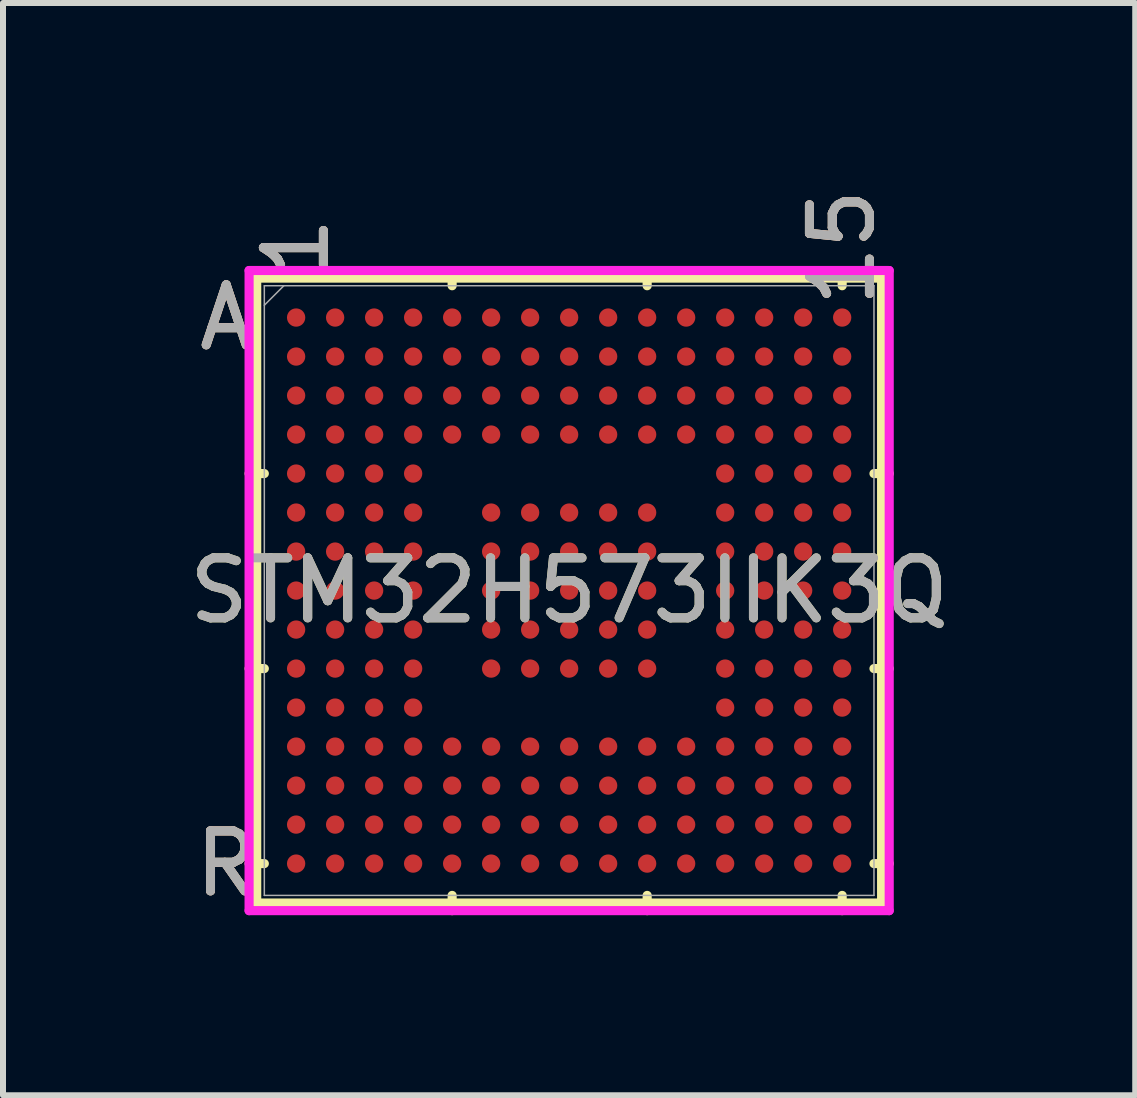
<source format=kicad_pcb>
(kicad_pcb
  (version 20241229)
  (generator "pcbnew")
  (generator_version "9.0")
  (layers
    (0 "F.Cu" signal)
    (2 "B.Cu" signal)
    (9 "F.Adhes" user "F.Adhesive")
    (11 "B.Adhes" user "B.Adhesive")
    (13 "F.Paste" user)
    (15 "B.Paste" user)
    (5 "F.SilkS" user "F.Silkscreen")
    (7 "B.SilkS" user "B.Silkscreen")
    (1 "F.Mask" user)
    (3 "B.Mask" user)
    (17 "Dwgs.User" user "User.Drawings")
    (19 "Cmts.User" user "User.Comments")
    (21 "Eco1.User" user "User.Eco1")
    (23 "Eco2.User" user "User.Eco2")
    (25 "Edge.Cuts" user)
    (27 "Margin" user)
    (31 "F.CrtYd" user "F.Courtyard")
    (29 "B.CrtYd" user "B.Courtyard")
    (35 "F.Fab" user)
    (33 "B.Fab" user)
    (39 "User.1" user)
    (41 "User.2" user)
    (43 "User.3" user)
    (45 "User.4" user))
  (footprint "STM32H573IIK3Q"
    (layer "F.Cu")
    (at 6.435 6.792)
    (property "Reference" "STM32H573IIK3Q" (at 0 0 0) (unlocked yes) (layer "F.SilkS") (effects (font (size 1 1) (thickness 0.15))))
    (attr smd)
    (fp_line (start -5.207 -5.207) (end -5.207 5.207) (stroke (width 0.152) (type solid)) (layer "F.SilkS"))
    (fp_line (start -5.207 5.207) (end 5.207 5.207) (stroke (width 0.152) (type solid)) (layer "F.SilkS"))
    (fp_line (start -5.08 -1.95) (end -5.334 -1.95) (stroke (width 0.152) (type solid)) (layer "F.SilkS"))
    (fp_line (start -5.08 1.3) (end -5.334 1.3) (stroke (width 0.152) (type solid)) (layer "F.SilkS"))
    (fp_line (start -5.08 4.55) (end -5.334 4.55) (stroke (width 0.152) (type solid)) (layer "F.SilkS"))
    (fp_line (start -1.95 -5.08) (end -1.95 -5.334) (stroke (width 0.152) (type solid)) (layer "F.SilkS"))
    (fp_line (start -1.95 5.08) (end -1.95 5.334) (stroke (width 0.152) (type solid)) (layer "F.SilkS"))
    (fp_line (start 1.3 -5.08) (end 1.3 -5.334) (stroke (width 0.152) (type solid)) (layer "F.SilkS"))
    (fp_line (start 1.3 5.08) (end 1.3 5.334) (stroke (width 0.152) (type solid)) (layer "F.SilkS"))
    (fp_line (start 4.55 -5.08) (end 4.55 -5.334) (stroke (width 0.152) (type solid)) (layer "F.SilkS"))
    (fp_line (start 4.55 5.08) (end 4.55 5.334) (stroke (width 0.152) (type solid)) (layer "F.SilkS"))
    (fp_line (start 5.08 -1.95) (end 5.334 -1.95) (stroke (width 0.152) (type solid)) (layer "F.SilkS"))
    (fp_line (start 5.08 1.3) (end 5.334 1.3) (stroke (width 0.152) (type solid)) (layer "F.SilkS"))
    (fp_line (start 5.08 4.55) (end 5.334 4.55) (stroke (width 0.152) (type solid)) (layer "F.SilkS"))
    (fp_line (start 5.207 -5.207) (end -5.207 -5.207) (stroke (width 0.152) (type solid)) (layer "F.SilkS"))
    (fp_line (start 5.207 5.207) (end 5.207 -5.207) (stroke (width 0.152) (type solid)) (layer "F.SilkS"))
    (fp_line (start -5.334 -5.334) (end 5.334 -5.334) (stroke (width 0.152) (type solid)) (layer "F.CrtYd"))
    (fp_line (start -5.334 5.334) (end -5.334 -5.334) (stroke (width 0.152) (type solid)) (layer "F.CrtYd"))
    (fp_line (start 5.334 -5.334) (end 5.334 5.334) (stroke (width 0.152) (type solid)) (layer "F.CrtYd"))
    (fp_line (start 5.334 5.334) (end -5.334 5.334) (stroke (width 0.152) (type solid)) (layer "F.CrtYd"))
    (fp_line (start -5.08 -5.08) (end -5.08 5.08) (stroke (width 0.025) (type solid)) (layer "F.Fab"))
    (fp_line (start -5.08 5.08) (end 5.08 5.08) (stroke (width 0.025) (type solid)) (layer "F.Fab"))
    (fp_line (start -4.755 -5.08) (end -5.08 -4.755) (stroke (width 0.025) (type solid)) (layer "F.Fab"))
    (fp_line (start 5.08 -5.08) (end -5.08 -5.08) (stroke (width 0.025) (type solid)) (layer "F.Fab"))
    (fp_line (start 5.08 5.08) (end 5.08 -5.08) (stroke (width 0.025) (type solid)) (layer "F.Fab"))
    (fp_text user "15" (at 4.55 -5.715 90) (unlocked yes) (layer "F.SilkS") (effects (font (size 1 1) (thickness 0.15))))
    (fp_text user "1" (at -4.55 -5.715 90) (unlocked yes) (layer "F.SilkS") (effects (font (size 1 1) (thickness 0.15))))
    (fp_text user "R" (at -5.715 4.55 0) (unlocked yes) (layer "F.SilkS") (effects (font (size 1 1) (thickness 0.15))))
    (fp_text user "A" (at -5.715 -4.55 0) (unlocked yes) (layer "F.SilkS") (effects (font (size 1 1) (thickness 0.15))))
    (fp_text user "A" (at -5.715 -4.55 0) (unlocked yes) (layer "B.SilkS") (effects (font (size 1 1) (thickness 0.15))))
    (fp_text user "15" (at 4.55 -5.715 90) (unlocked yes) (layer "B.SilkS") (effects (font (size 1 1) (thickness 0.15))))
    (fp_text user "R" (at -5.715 4.55 0) (unlocked yes) (layer "B.SilkS") (effects (font (size 1 1) (thickness 0.15))))
    (fp_text user "1" (at -4.55 -5.715 90) (unlocked yes) (layer "B.SilkS") (effects (font (size 1 1) (thickness 0.15))))
    (fp_text user "15" (at 4.55 -5.715 90) (unlocked yes) (layer "F.Fab") (effects (font (size 1 1) (thickness 0.15))))
    (fp_text user "1" (at -4.55 -5.715 90) (unlocked yes) (layer "F.Fab") (effects (font (size 1 1) (thickness 0.15))))
    (fp_text user "A" (at -5.715 -4.55 0) (unlocked yes) (layer "F.Fab") (effects (font (size 1 1) (thickness 0.15))))
    (fp_text user "R" (at -5.715 4.55 0) (unlocked yes) (layer "F.Fab") (effects (font (size 1 1) (thickness 0.15))))
    (fp_text user "${REFERENCE}" (at 0 0 0) (unlocked yes) (layer "F.Fab") (effects (font (size 1 1) (thickness 0.15))))
    (pad "A1" smd circle (at -4.55 -4.55) (size 0.305 0.305) (layers "F.Cu" "F.Mask" "F.Paste"))
    (pad "A2" smd circle (at -3.9 -4.55) (size 0.305 0.305) (layers "F.Cu" "F.Mask" "F.Paste"))
    (pad "A3" smd circle (at -3.25 -4.55) (size 0.305 0.305) (layers "F.Cu" "F.Mask" "F.Paste"))
    (pad "A4" smd circle (at -2.6 -4.55) (size 0.305 0.305) (layers "F.Cu" "F.Mask" "F.Paste"))
    (pad "A5" smd circle (at -1.95 -4.55) (size 0.305 0.305) (layers "F.Cu" "F.Mask" "F.Paste"))
    (pad "A6" smd circle (at -1.3 -4.55) (size 0.305 0.305) (layers "F.Cu" "F.Mask" "F.Paste"))
    (pad "A7" smd circle (at -0.65 -4.55) (size 0.305 0.305) (layers "F.Cu" "F.Mask" "F.Paste"))
    (pad "A8" smd circle (at 0 -4.55) (size 0.305 0.305) (layers "F.Cu" "F.Mask" "F.Paste"))
    (pad "A9" smd circle (at 0.65 -4.55) (size 0.305 0.305) (layers "F.Cu" "F.Mask" "F.Paste"))
    (pad "A10" smd circle (at 1.3 -4.55) (size 0.305 0.305) (layers "F.Cu" "F.Mask" "F.Paste"))
    (pad "A11" smd circle (at 1.95 -4.55) (size 0.305 0.305) (layers "F.Cu" "F.Mask" "F.Paste"))
    (pad "A12" smd circle (at 2.6 -4.55) (size 0.305 0.305) (layers "F.Cu" "F.Mask" "F.Paste"))
    (pad "A13" smd circle (at 3.25 -4.55) (size 0.305 0.305) (layers "F.Cu" "F.Mask" "F.Paste"))
    (pad "A14" smd circle (at 3.9 -4.55) (size 0.305 0.305) (layers "F.Cu" "F.Mask" "F.Paste"))
    (pad "A15" smd circle (at 4.55 -4.55) (size 0.305 0.305) (layers "F.Cu" "F.Mask" "F.Paste"))
    (pad "B1" smd circle (at -4.55 -3.9) (size 0.305 0.305) (layers "F.Cu" "F.Mask" "F.Paste"))
    (pad "B2" smd circle (at -3.9 -3.9) (size 0.305 0.305) (layers "F.Cu" "F.Mask" "F.Paste"))
    (pad "B3" smd circle (at -3.25 -3.9) (size 0.305 0.305) (layers "F.Cu" "F.Mask" "F.Paste"))
    (pad "B4" smd circle (at -2.6 -3.9) (size 0.305 0.305) (layers "F.Cu" "F.Mask" "F.Paste"))
    (pad "B5" smd circle (at -1.95 -3.9) (size 0.305 0.305) (layers "F.Cu" "F.Mask" "F.Paste"))
    (pad "B6" smd circle (at -1.3 -3.9) (size 0.305 0.305) (layers "F.Cu" "F.Mask" "F.Paste"))
    (pad "B7" smd circle (at -0.65 -3.9) (size 0.305 0.305) (layers "F.Cu" "F.Mask" "F.Paste"))
    (pad "B8" smd circle (at 0 -3.9) (size 0.305 0.305) (layers "F.Cu" "F.Mask" "F.Paste"))
    (pad "B9" smd circle (at 0.65 -3.9) (size 0.305 0.305) (layers "F.Cu" "F.Mask" "F.Paste"))
    (pad "B10" smd circle (at 1.3 -3.9) (size 0.305 0.305) (layers "F.Cu" "F.Mask" "F.Paste"))
    (pad "B11" smd circle (at 1.95 -3.9) (size 0.305 0.305) (layers "F.Cu" "F.Mask" "F.Paste"))
    (pad "B12" smd circle (at 2.6 -3.9) (size 0.305 0.305) (layers "F.Cu" "F.Mask" "F.Paste"))
    (pad "B13" smd circle (at 3.25 -3.9) (size 0.305 0.305) (layers "F.Cu" "F.Mask" "F.Paste"))
    (pad "B14" smd circle (at 3.9 -3.9) (size 0.305 0.305) (layers "F.Cu" "F.Mask" "F.Paste"))
    (pad "B15" smd circle (at 4.55 -3.9) (size 0.305 0.305) (layers "F.Cu" "F.Mask" "F.Paste"))
    (pad "C1" smd circle (at -4.55 -3.25) (size 0.305 0.305) (layers "F.Cu" "F.Mask" "F.Paste"))
    (pad "C2" smd circle (at -3.9 -3.25) (size 0.305 0.305) (layers "F.Cu" "F.Mask" "F.Paste"))
    (pad "C3" smd circle (at -3.25 -3.25) (size 0.305 0.305) (layers "F.Cu" "F.Mask" "F.Paste"))
    (pad "C4" smd circle (at -2.6 -3.25) (size 0.305 0.305) (layers "F.Cu" "F.Mask" "F.Paste"))
    (pad "C5" smd circle (at -1.95 -3.25) (size 0.305 0.305) (layers "F.Cu" "F.Mask" "F.Paste"))
    (pad "C6" smd circle (at -1.3 -3.25) (size 0.305 0.305) (layers "F.Cu" "F.Mask" "F.Paste"))
    (pad "C7" smd circle (at -0.65 -3.25) (size 0.305 0.305) (layers "F.Cu" "F.Mask" "F.Paste"))
    (pad "C8" smd circle (at 0 -3.25) (size 0.305 0.305) (layers "F.Cu" "F.Mask" "F.Paste"))
    (pad "C9" smd circle (at 0.65 -3.25) (size 0.305 0.305) (layers "F.Cu" "F.Mask" "F.Paste"))
    (pad "C10" smd circle (at 1.3 -3.25) (size 0.305 0.305) (layers "F.Cu" "F.Mask" "F.Paste"))
    (pad "C11" smd circle (at 1.95 -3.25) (size 0.305 0.305) (layers "F.Cu" "F.Mask" "F.Paste"))
    (pad "C12" smd circle (at 2.6 -3.25) (size 0.305 0.305) (layers "F.Cu" "F.Mask" "F.Paste"))
    (pad "C13" smd circle (at 3.25 -3.25) (size 0.305 0.305) (layers "F.Cu" "F.Mask" "F.Paste"))
    (pad "C14" smd circle (at 3.9 -3.25) (size 0.305 0.305) (layers "F.Cu" "F.Mask" "F.Paste"))
    (pad "C15" smd circle (at 4.55 -3.25) (size 0.305 0.305) (layers "F.Cu" "F.Mask" "F.Paste"))
    (pad "D1" smd circle (at -4.55 -2.6) (size 0.305 0.305) (layers "F.Cu" "F.Mask" "F.Paste"))
    (pad "D2" smd circle (at -3.9 -2.6) (size 0.305 0.305) (layers "F.Cu" "F.Mask" "F.Paste"))
    (pad "D3" smd circle (at -3.25 -2.6) (size 0.305 0.305) (layers "F.Cu" "F.Mask" "F.Paste"))
    (pad "D4" smd circle (at -2.6 -2.6) (size 0.305 0.305) (layers "F.Cu" "F.Mask" "F.Paste"))
    (pad "D5" smd circle (at -1.95 -2.6) (size 0.305 0.305) (layers "F.Cu" "F.Mask" "F.Paste"))
    (pad "D6" smd circle (at -1.3 -2.6) (size 0.305 0.305) (layers "F.Cu" "F.Mask" "F.Paste"))
    (pad "D7" smd circle (at -0.65 -2.6) (size 0.305 0.305) (layers "F.Cu" "F.Mask" "F.Paste"))
    (pad "D8" smd circle (at 0 -2.6) (size 0.305 0.305) (layers "F.Cu" "F.Mask" "F.Paste"))
    (pad "D9" smd circle (at 0.65 -2.6) (size 0.305 0.305) (layers "F.Cu" "F.Mask" "F.Paste"))
    (pad "D10" smd circle (at 1.3 -2.6) (size 0.305 0.305) (layers "F.Cu" "F.Mask" "F.Paste"))
    (pad "D11" smd circle (at 1.95 -2.6) (size 0.305 0.305) (layers "F.Cu" "F.Mask" "F.Paste"))
    (pad "D12" smd circle (at 2.6 -2.6) (size 0.305 0.305) (layers "F.Cu" "F.Mask" "F.Paste"))
    (pad "D13" smd circle (at 3.25 -2.6) (size 0.305 0.305) (layers "F.Cu" "F.Mask" "F.Paste"))
    (pad "D14" smd circle (at 3.9 -2.6) (size 0.305 0.305) (layers "F.Cu" "F.Mask" "F.Paste"))
    (pad "D15" smd circle (at 4.55 -2.6) (size 0.305 0.305) (layers "F.Cu" "F.Mask" "F.Paste"))
    (pad "E1" smd circle (at -4.55 -1.95) (size 0.305 0.305) (layers "F.Cu" "F.Mask" "F.Paste"))
    (pad "E2" smd circle (at -3.9 -1.95) (size 0.305 0.305) (layers "F.Cu" "F.Mask" "F.Paste"))
    (pad "E3" smd circle (at -3.25 -1.95) (size 0.305 0.305) (layers "F.Cu" "F.Mask" "F.Paste"))
    (pad "E4" smd circle (at -2.6 -1.95) (size 0.305 0.305) (layers "F.Cu" "F.Mask" "F.Paste"))
    (pad "E12" smd circle (at 2.6 -1.95) (size 0.305 0.305) (layers "F.Cu" "F.Mask" "F.Paste"))
    (pad "E13" smd circle (at 3.25 -1.95) (size 0.305 0.305) (layers "F.Cu" "F.Mask" "F.Paste"))
    (pad "E14" smd circle (at 3.9 -1.95) (size 0.305 0.305) (layers "F.Cu" "F.Mask" "F.Paste"))
    (pad "E15" smd circle (at 4.55 -1.95) (size 0.305 0.305) (layers "F.Cu" "F.Mask" "F.Paste"))
    (pad "F1" smd circle (at -4.55 -1.3) (size 0.305 0.305) (layers "F.Cu" "F.Mask" "F.Paste"))
    (pad "F2" smd circle (at -3.9 -1.3) (size 0.305 0.305) (layers "F.Cu" "F.Mask" "F.Paste"))
    (pad "F3" smd circle (at -3.25 -1.3) (size 0.305 0.305) (layers "F.Cu" "F.Mask" "F.Paste"))
    (pad "F4" smd circle (at -2.6 -1.3) (size 0.305 0.305) (layers "F.Cu" "F.Mask" "F.Paste"))
    (pad "F6" smd circle (at -1.3 -1.3) (size 0.305 0.305) (layers "F.Cu" "F.Mask" "F.Paste"))
    (pad "F7" smd circle (at -0.65 -1.3) (size 0.305 0.305) (layers "F.Cu" "F.Mask" "F.Paste"))
    (pad "F8" smd circle (at 0 -1.3) (size 0.305 0.305) (layers "F.Cu" "F.Mask" "F.Paste"))
    (pad "F9" smd circle (at 0.65 -1.3) (size 0.305 0.305) (layers "F.Cu" "F.Mask" "F.Paste"))
    (pad "F10" smd circle (at 1.3 -1.3) (size 0.305 0.305) (layers "F.Cu" "F.Mask" "F.Paste"))
    (pad "F12" smd circle (at 2.6 -1.3) (size 0.305 0.305) (layers "F.Cu" "F.Mask" "F.Paste"))
    (pad "F13" smd circle (at 3.25 -1.3) (size 0.305 0.305) (layers "F.Cu" "F.Mask" "F.Paste"))
    (pad "F14" smd circle (at 3.9 -1.3) (size 0.305 0.305) (layers "F.Cu" "F.Mask" "F.Paste"))
    (pad "F15" smd circle (at 4.55 -1.3) (size 0.305 0.305) (layers "F.Cu" "F.Mask" "F.Paste"))
    (pad "G1" smd circle (at -4.55 -0.65) (size 0.305 0.305) (layers "F.Cu" "F.Mask" "F.Paste"))
    (pad "G2" smd circle (at -3.9 -0.65) (size 0.305 0.305) (layers "F.Cu" "F.Mask" "F.Paste"))
    (pad "G3" smd circle (at -3.25 -0.65) (size 0.305 0.305) (layers "F.Cu" "F.Mask" "F.Paste"))
    (pad "G4" smd circle (at -2.6 -0.65) (size 0.305 0.305) (layers "F.Cu" "F.Mask" "F.Paste"))
    (pad "G6" smd circle (at -1.3 -0.65) (size 0.305 0.305) (layers "F.Cu" "F.Mask" "F.Paste"))
    (pad "G7" smd circle (at -0.65 -0.65) (size 0.305 0.305) (layers "F.Cu" "F.Mask" "F.Paste"))
    (pad "G8" smd circle (at 0 -0.65) (size 0.305 0.305) (layers "F.Cu" "F.Mask" "F.Paste"))
    (pad "G9" smd circle (at 0.65 -0.65) (size 0.305 0.305) (layers "F.Cu" "F.Mask" "F.Paste"))
    (pad "G10" smd circle (at 1.3 -0.65) (size 0.305 0.305) (layers "F.Cu" "F.Mask" "F.Paste"))
    (pad "G12" smd circle (at 2.6 -0.65) (size 0.305 0.305) (layers "F.Cu" "F.Mask" "F.Paste"))
    (pad "G13" smd circle (at 3.25 -0.65) (size 0.305 0.305) (layers "F.Cu" "F.Mask" "F.Paste"))
    (pad "G14" smd circle (at 3.9 -0.65) (size 0.305 0.305) (layers "F.Cu" "F.Mask" "F.Paste"))
    (pad "G15" smd circle (at 4.55 -0.65) (size 0.305 0.305) (layers "F.Cu" "F.Mask" "F.Paste"))
    (pad "H1" smd circle (at -4.55 0) (size 0.305 0.305) (layers "F.Cu" "F.Mask" "F.Paste"))
    (pad "H2" smd circle (at -3.9 0) (size 0.305 0.305) (layers "F.Cu" "F.Mask" "F.Paste"))
    (pad "H3" smd circle (at -3.25 0) (size 0.305 0.305) (layers "F.Cu" "F.Mask" "F.Paste"))
    (pad "H4" smd circle (at -2.6 0) (size 0.305 0.305) (layers "F.Cu" "F.Mask" "F.Paste"))
    (pad "H6" smd circle (at -1.3 0) (size 0.305 0.305) (layers "F.Cu" "F.Mask" "F.Paste"))
    (pad "H7" smd circle (at -0.65 0) (size 0.305 0.305) (layers "F.Cu" "F.Mask" "F.Paste"))
    (pad "H8" smd circle (at 0 0) (size 0.305 0.305) (layers "F.Cu" "F.Mask" "F.Paste"))
    (pad "H9" smd circle (at 0.65 0) (size 0.305 0.305) (layers "F.Cu" "F.Mask" "F.Paste"))
    (pad "H10" smd circle (at 1.3 0) (size 0.305 0.305) (layers "F.Cu" "F.Mask" "F.Paste"))
    (pad "H12" smd circle (at 2.6 0) (size 0.305 0.305) (layers "F.Cu" "F.Mask" "F.Paste"))
    (pad "H13" smd circle (at 3.25 0) (size 0.305 0.305) (layers "F.Cu" "F.Mask" "F.Paste"))
    (pad "H14" smd circle (at 3.9 0) (size 0.305 0.305) (layers "F.Cu" "F.Mask" "F.Paste"))
    (pad "H15" smd circle (at 4.55 0) (size 0.305 0.305) (layers "F.Cu" "F.Mask" "F.Paste"))
    (pad "J1" smd circle (at -4.55 0.65) (size 0.305 0.305) (layers "F.Cu" "F.Mask" "F.Paste"))
    (pad "J2" smd circle (at -3.9 0.65) (size 0.305 0.305) (layers "F.Cu" "F.Mask" "F.Paste"))
    (pad "J3" smd circle (at -3.25 0.65) (size 0.305 0.305) (layers "F.Cu" "F.Mask" "F.Paste"))
    (pad "J4" smd circle (at -2.6 0.65) (size 0.305 0.305) (layers "F.Cu" "F.Mask" "F.Paste"))
    (pad "J6" smd circle (at -1.3 0.65) (size 0.305 0.305) (layers "F.Cu" "F.Mask" "F.Paste"))
    (pad "J7" smd circle (at -0.65 0.65) (size 0.305 0.305) (layers "F.Cu" "F.Mask" "F.Paste"))
    (pad "J8" smd circle (at 0 0.65) (size 0.305 0.305) (layers "F.Cu" "F.Mask" "F.Paste"))
    (pad "J9" smd circle (at 0.65 0.65) (size 0.305 0.305) (layers "F.Cu" "F.Mask" "F.Paste"))
    (pad "J10" smd circle (at 1.3 0.65) (size 0.305 0.305) (layers "F.Cu" "F.Mask" "F.Paste"))
    (pad "J12" smd circle (at 2.6 0.65) (size 0.305 0.305) (layers "F.Cu" "F.Mask" "F.Paste"))
    (pad "J13" smd circle (at 3.25 0.65) (size 0.305 0.305) (layers "F.Cu" "F.Mask" "F.Paste"))
    (pad "J14" smd circle (at 3.9 0.65) (size 0.305 0.305) (layers "F.Cu" "F.Mask" "F.Paste"))
    (pad "J15" smd circle (at 4.55 0.65) (size 0.305 0.305) (layers "F.Cu" "F.Mask" "F.Paste"))
    (pad "K1" smd circle (at -4.55 1.3) (size 0.305 0.305) (layers "F.Cu" "F.Mask" "F.Paste"))
    (pad "K2" smd circle (at -3.9 1.3) (size 0.305 0.305) (layers "F.Cu" "F.Mask" "F.Paste"))
    (pad "K3" smd circle (at -3.25 1.3) (size 0.305 0.305) (layers "F.Cu" "F.Mask" "F.Paste"))
    (pad "K4" smd circle (at -2.6 1.3) (size 0.305 0.305) (layers "F.Cu" "F.Mask" "F.Paste"))
    (pad "K6" smd circle (at -1.3 1.3) (size 0.305 0.305) (layers "F.Cu" "F.Mask" "F.Paste"))
    (pad "K7" smd circle (at -0.65 1.3) (size 0.305 0.305) (layers "F.Cu" "F.Mask" "F.Paste"))
    (pad "K8" smd circle (at 0 1.3) (size 0.305 0.305) (layers "F.Cu" "F.Mask" "F.Paste"))
    (pad "K9" smd circle (at 0.65 1.3) (size 0.305 0.305) (layers "F.Cu" "F.Mask" "F.Paste"))
    (pad "K10" smd circle (at 1.3 1.3) (size 0.305 0.305) (layers "F.Cu" "F.Mask" "F.Paste"))
    (pad "K12" smd circle (at 2.6 1.3) (size 0.305 0.305) (layers "F.Cu" "F.Mask" "F.Paste"))
    (pad "K13" smd circle (at 3.25 1.3) (size 0.305 0.305) (layers "F.Cu" "F.Mask" "F.Paste"))
    (pad "K14" smd circle (at 3.9 1.3) (size 0.305 0.305) (layers "F.Cu" "F.Mask" "F.Paste"))
    (pad "K15" smd circle (at 4.55 1.3) (size 0.305 0.305) (layers "F.Cu" "F.Mask" "F.Paste"))
    (pad "L1" smd circle (at -4.55 1.95) (size 0.305 0.305) (layers "F.Cu" "F.Mask" "F.Paste"))
    (pad "L2" smd circle (at -3.9 1.95) (size 0.305 0.305) (layers "F.Cu" "F.Mask" "F.Paste"))
    (pad "L3" smd circle (at -3.25 1.95) (size 0.305 0.305) (layers "F.Cu" "F.Mask" "F.Paste"))
    (pad "L4" smd circle (at -2.6 1.95) (size 0.305 0.305) (layers "F.Cu" "F.Mask" "F.Paste"))
    (pad "L12" smd circle (at 2.6 1.95) (size 0.305 0.305) (layers "F.Cu" "F.Mask" "F.Paste"))
    (pad "L13" smd circle (at 3.25 1.95) (size 0.305 0.305) (layers "F.Cu" "F.Mask" "F.Paste"))
    (pad "L14" smd circle (at 3.9 1.95) (size 0.305 0.305) (layers "F.Cu" "F.Mask" "F.Paste"))
    (pad "L15" smd circle (at 4.55 1.95) (size 0.305 0.305) (layers "F.Cu" "F.Mask" "F.Paste"))
    (pad "M1" smd circle (at -4.55 2.6) (size 0.305 0.305) (layers "F.Cu" "F.Mask" "F.Paste"))
    (pad "M2" smd circle (at -3.9 2.6) (size 0.305 0.305) (layers "F.Cu" "F.Mask" "F.Paste"))
    (pad "M3" smd circle (at -3.25 2.6) (size 0.305 0.305) (layers "F.Cu" "F.Mask" "F.Paste"))
    (pad "M4" smd circle (at -2.6 2.6) (size 0.305 0.305) (layers "F.Cu" "F.Mask" "F.Paste"))
    (pad "M5" smd circle (at -1.95 2.6) (size 0.305 0.305) (layers "F.Cu" "F.Mask" "F.Paste"))
    (pad "M6" smd circle (at -1.3 2.6) (size 0.305 0.305) (layers "F.Cu" "F.Mask" "F.Paste"))
    (pad "M7" smd circle (at -0.65 2.6) (size 0.305 0.305) (layers "F.Cu" "F.Mask" "F.Paste"))
    (pad "M8" smd circle (at 0 2.6) (size 0.305 0.305) (layers "F.Cu" "F.Mask" "F.Paste"))
    (pad "M9" smd circle (at 0.65 2.6) (size 0.305 0.305) (layers "F.Cu" "F.Mask" "F.Paste"))
    (pad "M10" smd circle (at 1.3 2.6) (size 0.305 0.305) (layers "F.Cu" "F.Mask" "F.Paste"))
    (pad "M11" smd circle (at 1.95 2.6) (size 0.305 0.305) (layers "F.Cu" "F.Mask" "F.Paste"))
    (pad "M12" smd circle (at 2.6 2.6) (size 0.305 0.305) (layers "F.Cu" "F.Mask" "F.Paste"))
    (pad "M13" smd circle (at 3.25 2.6) (size 0.305 0.305) (layers "F.Cu" "F.Mask" "F.Paste"))
    (pad "M14" smd circle (at 3.9 2.6) (size 0.305 0.305) (layers "F.Cu" "F.Mask" "F.Paste"))
    (pad "M15" smd circle (at 4.55 2.6) (size 0.305 0.305) (layers "F.Cu" "F.Mask" "F.Paste"))
    (pad "N1" smd circle (at -4.55 3.25) (size 0.305 0.305) (layers "F.Cu" "F.Mask" "F.Paste"))
    (pad "N2" smd circle (at -3.9 3.25) (size 0.305 0.305) (layers "F.Cu" "F.Mask" "F.Paste"))
    (pad "N3" smd circle (at -3.25 3.25) (size 0.305 0.305) (layers "F.Cu" "F.Mask" "F.Paste"))
    (pad "N4" smd circle (at -2.6 3.25) (size 0.305 0.305) (layers "F.Cu" "F.Mask" "F.Paste"))
    (pad "N5" smd circle (at -1.95 3.25) (size 0.305 0.305) (layers "F.Cu" "F.Mask" "F.Paste"))
    (pad "N6" smd circle (at -1.3 3.25) (size 0.305 0.305) (layers "F.Cu" "F.Mask" "F.Paste"))
    (pad "N7" smd circle (at -0.65 3.25) (size 0.305 0.305) (layers "F.Cu" "F.Mask" "F.Paste"))
    (pad "N8" smd circle (at 0 3.25) (size 0.305 0.305) (layers "F.Cu" "F.Mask" "F.Paste"))
    (pad "N9" smd circle (at 0.65 3.25) (size 0.305 0.305) (layers "F.Cu" "F.Mask" "F.Paste"))
    (pad "N10" smd circle (at 1.3 3.25) (size 0.305 0.305) (layers "F.Cu" "F.Mask" "F.Paste"))
    (pad "N11" smd circle (at 1.95 3.25) (size 0.305 0.305) (layers "F.Cu" "F.Mask" "F.Paste"))
    (pad "N12" smd circle (at 2.6 3.25) (size 0.305 0.305) (layers "F.Cu" "F.Mask" "F.Paste"))
    (pad "N13" smd circle (at 3.25 3.25) (size 0.305 0.305) (layers "F.Cu" "F.Mask" "F.Paste"))
    (pad "N14" smd circle (at 3.9 3.25) (size 0.305 0.305) (layers "F.Cu" "F.Mask" "F.Paste"))
    (pad "N15" smd circle (at 4.55 3.25) (size 0.305 0.305) (layers "F.Cu" "F.Mask" "F.Paste"))
    (pad "P1" smd circle (at -4.55 3.9) (size 0.305 0.305) (layers "F.Cu" "F.Mask" "F.Paste"))
    (pad "P2" smd circle (at -3.9 3.9) (size 0.305 0.305) (layers "F.Cu" "F.Mask" "F.Paste"))
    (pad "P3" smd circle (at -3.25 3.9) (size 0.305 0.305) (layers "F.Cu" "F.Mask" "F.Paste"))
    (pad "P4" smd circle (at -2.6 3.9) (size 0.305 0.305) (layers "F.Cu" "F.Mask" "F.Paste"))
    (pad "P5" smd circle (at -1.95 3.9) (size 0.305 0.305) (layers "F.Cu" "F.Mask" "F.Paste"))
    (pad "P6" smd circle (at -1.3 3.9) (size 0.305 0.305) (layers "F.Cu" "F.Mask" "F.Paste"))
    (pad "P7" smd circle (at -0.65 3.9) (size 0.305 0.305) (layers "F.Cu" "F.Mask" "F.Paste"))
    (pad "P8" smd circle (at 0 3.9) (size 0.305 0.305) (layers "F.Cu" "F.Mask" "F.Paste"))
    (pad "P9" smd circle (at 0.65 3.9) (size 0.305 0.305) (layers "F.Cu" "F.Mask" "F.Paste"))
    (pad "P10" smd circle (at 1.3 3.9) (size 0.305 0.305) (layers "F.Cu" "F.Mask" "F.Paste"))
    (pad "P11" smd circle (at 1.95 3.9) (size 0.305 0.305) (layers "F.Cu" "F.Mask" "F.Paste"))
    (pad "P12" smd circle (at 2.6 3.9) (size 0.305 0.305) (layers "F.Cu" "F.Mask" "F.Paste"))
    (pad "P13" smd circle (at 3.25 3.9) (size 0.305 0.305) (layers "F.Cu" "F.Mask" "F.Paste"))
    (pad "P14" smd circle (at 3.9 3.9) (size 0.305 0.305) (layers "F.Cu" "F.Mask" "F.Paste"))
    (pad "P15" smd circle (at 4.55 3.9) (size 0.305 0.305) (layers "F.Cu" "F.Mask" "F.Paste"))
    (pad "R1" smd circle (at -4.55 4.55) (size 0.305 0.305) (layers "F.Cu" "F.Mask" "F.Paste"))
    (pad "R2" smd circle (at -3.9 4.55) (size 0.305 0.305) (layers "F.Cu" "F.Mask" "F.Paste"))
    (pad "R3" smd circle (at -3.25 4.55) (size 0.305 0.305) (layers "F.Cu" "F.Mask" "F.Paste"))
    (pad "R4" smd circle (at -2.6 4.55) (size 0.305 0.305) (layers "F.Cu" "F.Mask" "F.Paste"))
    (pad "R5" smd circle (at -1.95 4.55) (size 0.305 0.305) (layers "F.Cu" "F.Mask" "F.Paste"))
    (pad "R6" smd circle (at -1.3 4.55) (size 0.305 0.305) (layers "F.Cu" "F.Mask" "F.Paste"))
    (pad "R7" smd circle (at -0.65 4.55) (size 0.305 0.305) (layers "F.Cu" "F.Mask" "F.Paste"))
    (pad "R8" smd circle (at 0 4.55) (size 0.305 0.305) (layers "F.Cu" "F.Mask" "F.Paste"))
    (pad "R9" smd circle (at 0.65 4.55) (size 0.305 0.305) (layers "F.Cu" "F.Mask" "F.Paste"))
    (pad "R10" smd circle (at 1.3 4.55) (size 0.305 0.305) (layers "F.Cu" "F.Mask" "F.Paste"))
    (pad "R11" smd circle (at 1.95 4.55) (size 0.305 0.305) (layers "F.Cu" "F.Mask" "F.Paste"))
    (pad "R12" smd circle (at 2.6 4.55) (size 0.305 0.305) (layers "F.Cu" "F.Mask" "F.Paste"))
    (pad "R13" smd circle (at 3.25 4.55) (size 0.305 0.305) (layers "F.Cu" "F.Mask" "F.Paste"))
    (pad "R14" smd circle (at 3.9 4.55) (size 0.305 0.305) (layers "F.Cu" "F.Mask" "F.Paste"))
    (pad "R15" smd circle (at 4.55 4.55) (size 0.305 0.305) (layers "F.Cu" "F.Mask" "F.Paste")))
  (gr_rect
    (start -3 -3)
    (end 15.869 15.203)
    (stroke (width 0.1) (type default))
    (fill no)
    (layer "Edge.Cuts")))
</source>
